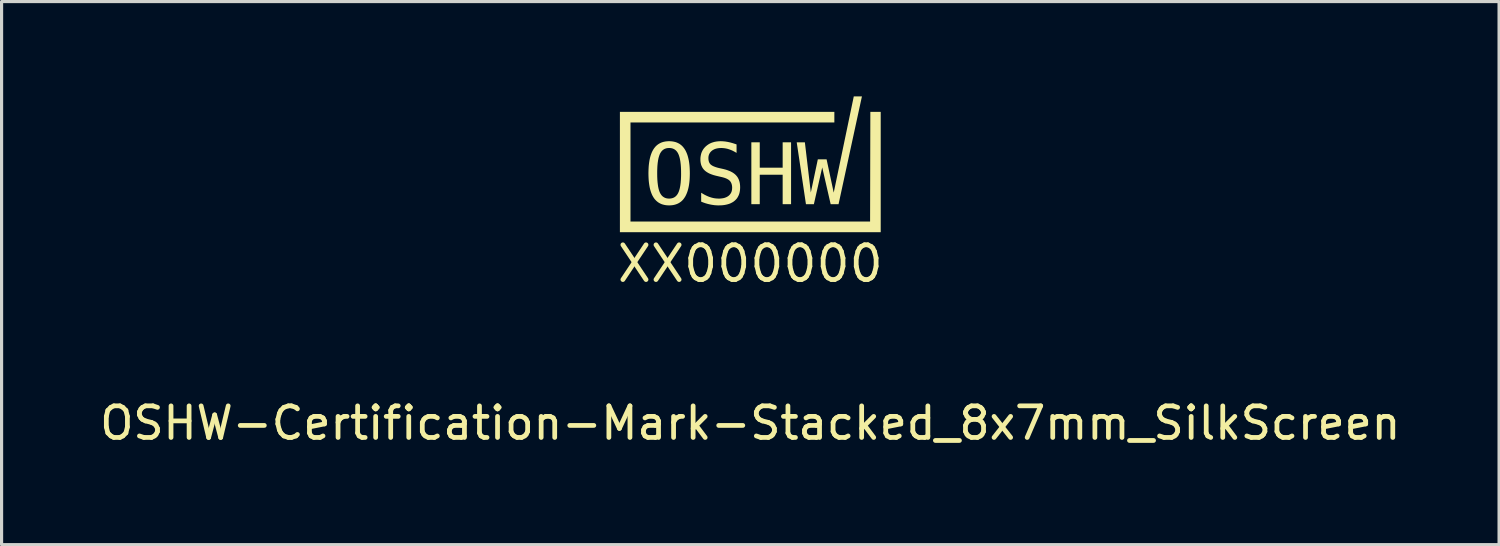
<source format=kicad_pcb>
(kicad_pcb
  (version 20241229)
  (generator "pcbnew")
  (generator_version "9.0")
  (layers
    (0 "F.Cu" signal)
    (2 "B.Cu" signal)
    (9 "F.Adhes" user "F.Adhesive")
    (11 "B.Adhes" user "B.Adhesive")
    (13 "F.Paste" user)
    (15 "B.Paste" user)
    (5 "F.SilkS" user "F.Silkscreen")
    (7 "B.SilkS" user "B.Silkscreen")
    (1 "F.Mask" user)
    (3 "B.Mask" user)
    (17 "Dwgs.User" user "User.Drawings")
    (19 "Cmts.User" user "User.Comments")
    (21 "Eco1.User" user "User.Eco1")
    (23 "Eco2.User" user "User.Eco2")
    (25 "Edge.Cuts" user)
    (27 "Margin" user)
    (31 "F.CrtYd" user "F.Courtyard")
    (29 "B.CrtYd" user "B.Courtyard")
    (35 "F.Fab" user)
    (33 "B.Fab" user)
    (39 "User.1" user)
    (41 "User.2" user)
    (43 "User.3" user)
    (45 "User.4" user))
  (footprint "OSHW-Certification-Mark-Stacked_8x7mm_SilkScreen"
    (layer "F.Cu")
    (at 20.696 2.94)
    (property "Reference" "OSHW-Certification-Mark-Stacked_8x7mm_SilkScreen" (at 0.000231 7.4 0) (unlocked yes) (layer "F.SilkS") (effects (font (size 1 1) (thickness 0.15))))
    (attr board_only exclude_from_pos_files exclude_from_bom allow_missing_courtyard)
    (fp_poly (pts (xy -1.914 -0.505) (xy -1.914 -0.505) (xy -1.914 -0.505)) (stroke (width 0) (type solid)) (fill yes) (layer "F.SilkS"))
    (fp_poly (pts (xy 4.127 1.358) (xy -4.127 1.358) (xy -4.127 -2.45) (xy 2.66 -2.45) (xy 2.66 -2.114) (xy -3.792 -2.114) (xy -3.792 1.022) (xy 3.791 1.022) (xy 3.799 -2.45) (xy 4.127 -2.45)) (stroke (width 0) (type solid)) (fill yes) (layer "F.SilkS"))
    (fp_poly (pts (xy 0.299 -0.683) (xy 1.024 -0.683) (xy 1.024 -1.486) (xy 1.29 -1.486) (xy 1.29 0.472) (xy 1.024 0.472) (xy 1.024 -0.46) (xy 0.299 -0.46) (xy 0.299 0.472) (xy 0.033 0.472) (xy 0.033 -1.486) (xy 0.299 -1.486)) (stroke (width 0) (type solid)) (fill yes) (layer "F.SilkS"))
    (fp_poly (pts (xy 2.793 0.472) (xy 2.543 0.472) (xy 2.276 -0.691) (xy 2.012 0.472) (xy 1.761 0.472) (xy 1.469 -1.486) (xy 1.727 -1.486) (xy 1.915 0.103) (xy 2.137 -0.948) (xy 2.414 -0.948) (xy 2.64 0.106) (xy 3.275 -2.94) (xy 3.533 -2.94)) (stroke (width 0) (type solid)) (fill yes) (layer "F.SilkS"))
    (fp_poly (pts (xy -2.529 -1.52) (xy -2.489 -1.517) (xy -2.451 -1.512) (xy -2.415 -1.505) (xy -2.379 -1.497) (xy -2.345 -1.486) (xy -2.312 -1.473) (xy -2.281 -1.458) (xy -2.25 -1.442) (xy -2.222 -1.423) (xy -2.194 -1.402) (xy -2.168 -1.38) (xy -2.143 -1.355) (xy -2.12 -1.328) (xy -2.098 -1.3) (xy -2.077 -1.269) (xy -2.057 -1.237) (xy -2.039 -1.202) (xy -2.022 -1.166) (xy -2.006 -1.127) (xy -1.991 -1.087) (xy -1.978 -1.044) (xy -1.966 -0.999) (xy -1.955 -0.952) (xy -1.945 -0.904) (xy -1.937 -0.853) (xy -1.93 -0.8) (xy -1.924 -0.745) (xy -1.92 -0.688) (xy -1.917 -0.629) (xy -1.915 -0.568) (xy -1.914 -0.505) (xy -1.915 -0.442) (xy -1.917 -0.381) (xy -1.92 -0.322) (xy -1.924 -0.266) (xy -1.93 -0.211) (xy -1.937 -0.158) (xy -1.945 -0.107) (xy -1.955 -0.059) (xy -1.966 -0.012) (xy -1.978 0.033) (xy -1.991 0.075) (xy -2.006 0.116) (xy -2.022 0.154) (xy -2.039 0.191) (xy -2.057 0.226) (xy -2.077 0.258) (xy -2.087 0.273) (xy -2.098 0.288) (xy -2.108 0.303) (xy -2.12 0.317) (xy -2.131 0.331) (xy -2.143 0.344) (xy -2.155 0.356) (xy -2.168 0.368) (xy -2.181 0.38) (xy -2.194 0.391) (xy -2.208 0.401) (xy -2.222 0.411) (xy -2.236 0.421) (xy -2.25 0.43) (xy -2.265 0.439) (xy -2.281 0.447) (xy -2.296 0.454) (xy -2.312 0.462) (xy -2.328 0.468) (xy -2.345 0.474) (xy -2.362 0.48) (xy -2.379 0.485) (xy -2.397 0.49) (xy -2.415 0.494) (xy -2.433 0.498) (xy -2.451 0.501) (xy -2.489 0.506) (xy -2.529 0.509) (xy -2.57 0.51) (xy -2.611 0.509) (xy -2.65 0.506) (xy -2.688 0.501) (xy -2.725 0.494) (xy -2.76 0.485) (xy -2.795 0.475) (xy -2.827 0.462) (xy -2.859 0.447) (xy -2.889 0.43) (xy -2.918 0.412) (xy -2.945 0.391) (xy -2.971 0.369) (xy -2.996 0.344) (xy -3.02 0.318) (xy -3.042 0.29) (xy -3.063 0.259) (xy -3.082 0.227) (xy -3.101 0.193) (xy -3.118 0.156) (xy -3.133 0.118) (xy -3.148 0.077) (xy -3.161 0.034) (xy -3.173 -0.01) (xy -3.184 -0.057) (xy -3.193 -0.106) (xy -3.201 -0.157) (xy -3.208 -0.21) (xy -3.214 -0.265) (xy -3.218 -0.322) (xy -3.221 -0.381) (xy -3.223 -0.442) (xy -3.224 -0.505) (xy -2.947 -0.505) (xy -2.946 -0.401) (xy -2.942 -0.305) (xy -2.935 -0.217) (xy -2.925 -0.136) (xy -2.92 -0.099) (xy -2.913 -0.063) (xy -2.906 -0.03) (xy -2.898 0.002) (xy -2.889 0.032) (xy -2.88 0.06) (xy -2.87 0.086) (xy -2.86 0.11) (xy -2.848 0.132) (xy -2.842 0.143) (xy -2.835 0.153) (xy -2.829 0.163) (xy -2.822 0.173) (xy -2.815 0.182) (xy -2.808 0.191) (xy -2.801 0.199) (xy -2.793 0.207) (xy -2.785 0.215) (xy -2.777 0.222) (xy -2.769 0.23) (xy -2.76 0.236) (xy -2.751 0.243) (xy -2.742 0.248) (xy -2.733 0.254) (xy -2.724 0.259) (xy -2.714 0.264) (xy -2.705 0.269) (xy -2.694 0.273) (xy -2.684 0.277) (xy -2.674 0.28) (xy -2.663 0.283) (xy -2.652 0.286) (xy -2.641 0.288) (xy -2.63 0.29) (xy -2.618 0.292) (xy -2.606 0.293) (xy -2.594 0.294) (xy -2.57 0.295) (xy -2.545 0.294) (xy -2.521 0.292) (xy -2.498 0.288) (xy -2.476 0.283) (xy -2.455 0.277) (xy -2.434 0.269) (xy -2.415 0.26) (xy -2.396 0.249) (xy -2.379 0.237) (xy -2.362 0.223) (xy -2.346 0.208) (xy -2.331 0.191) (xy -2.317 0.174) (xy -2.304 0.154) (xy -2.291 0.133) (xy -2.28 0.111) (xy -2.269 0.087) (xy -2.259 0.061) (xy -2.25 0.033) (xy -2.241 0.003) (xy -2.233 -0.028) (xy -2.226 -0.062) (xy -2.219 -0.098) (xy -2.213 -0.135) (xy -2.208 -0.175) (xy -2.203 -0.216) (xy -2.2 -0.26) (xy -2.196 -0.305) (xy -2.194 -0.352) (xy -2.192 -0.401) (xy -2.191 -0.452) (xy -2.191 -0.505) (xy -2.192 -0.609) (xy -2.196 -0.705) (xy -2.203 -0.794) (xy -2.213 -0.875) (xy -2.219 -0.912) (xy -2.226 -0.948) (xy -2.233 -0.982) (xy -2.241 -1.013) (xy -2.25 -1.043) (xy -2.259 -1.071) (xy -2.269 -1.097) (xy -2.28 -1.121) (xy -2.291 -1.144) (xy -2.297 -1.154) (xy -2.304 -1.165) (xy -2.31 -1.175) (xy -2.317 -1.184) (xy -2.324 -1.193) (xy -2.331 -1.202) (xy -2.338 -1.211) (xy -2.346 -1.219) (xy -2.354 -1.227) (xy -2.362 -1.234) (xy -2.37 -1.241) (xy -2.379 -1.248) (xy -2.387 -1.254) (xy -2.396 -1.26) (xy -2.406 -1.266) (xy -2.415 -1.271) (xy -2.425 -1.276) (xy -2.434 -1.28) (xy -2.444 -1.284) (xy -2.455 -1.288) (xy -2.465 -1.292) (xy -2.476 -1.295) (xy -2.487 -1.297) (xy -2.498 -1.3) (xy -2.509 -1.302) (xy -2.521 -1.303) (xy -2.533 -1.305) (xy -2.545 -1.305) (xy -2.57 -1.306) (xy -2.594 -1.305) (xy -2.618 -1.303) (xy -2.641 -1.3) (xy -2.663 -1.295) (xy -2.684 -1.288) (xy -2.705 -1.28) (xy -2.724 -1.271) (xy -2.742 -1.26) (xy -2.76 -1.248) (xy -2.777 -1.234) (xy -2.793 -1.219) (xy -2.808 -1.202) (xy -2.822 -1.184) (xy -2.835 -1.165) (xy -2.848 -1.144) (xy -2.86 -1.121) (xy -2.87 -1.097) (xy -2.88 -1.071) (xy -2.889 -1.043) (xy -2.898 -1.013) (xy -2.906 -0.982) (xy -2.913 -0.948) (xy -2.92 -0.912) (xy -2.925 -0.875) (xy -2.931 -0.835) (xy -2.935 -0.794) (xy -2.939 -0.751) (xy -2.942 -0.705) (xy -2.944 -0.658) (xy -2.946 -0.609) (xy -2.947 -0.558) (xy -2.947 -0.505) (xy -3.224 -0.505) (xy -3.224 -0.505) (xy -3.223 -0.568) (xy -3.221 -0.629) (xy -3.218 -0.688) (xy -3.214 -0.745) (xy -3.208 -0.8) (xy -3.201 -0.853) (xy -3.193 -0.904) (xy -3.184 -0.952) (xy -3.173 -0.999) (xy -3.161 -1.044) (xy -3.148 -1.087) (xy -3.133 -1.127) (xy -3.118 -1.166) (xy -3.101 -1.202) (xy -3.082 -1.237) (xy -3.063 -1.269) (xy -3.052 -1.285) (xy -3.042 -1.3) (xy -3.031 -1.314) (xy -3.019 -1.328) (xy -3.008 -1.342) (xy -2.996 -1.355) (xy -2.984 -1.368) (xy -2.971 -1.38) (xy -2.958 -1.391) (xy -2.945 -1.402) (xy -2.931 -1.413) (xy -2.917 -1.423) (xy -2.903 -1.432) (xy -2.888 -1.442) (xy -2.873 -1.45) (xy -2.858 -1.458) (xy -2.843 -1.466) (xy -2.827 -1.473) (xy -2.81 -1.48) (xy -2.794 -1.486) (xy -2.777 -1.491) (xy -2.76 -1.497) (xy -2.742 -1.501) (xy -2.724 -1.505) (xy -2.688 -1.512) (xy -2.65 -1.517) (xy -2.61 -1.52) (xy -2.57 -1.521)) (stroke (width 0) (type solid)) (fill yes) (layer "F.SilkS"))
    (fp_poly (pts (xy -0.906 -1.52) (xy -0.877 -1.519) (xy -0.848 -1.517) (xy -0.819 -1.514) (xy -0.789 -1.511) (xy -0.759 -1.506) (xy -0.728 -1.501) (xy -0.697 -1.495) (xy -0.666 -1.488) (xy -0.634 -1.481) (xy -0.602 -1.472) (xy -0.569 -1.463) (xy -0.536 -1.453) (xy -0.503 -1.442) (xy -0.469 -1.431) (xy -0.435 -1.419) (xy -0.435 -1.15) (xy -0.465 -1.169) (xy -0.495 -1.186) (xy -0.526 -1.202) (xy -0.556 -1.218) (xy -0.586 -1.232) (xy -0.617 -1.244) (xy -0.647 -1.256) (xy -0.677 -1.266) (xy -0.708 -1.276) (xy -0.738 -1.284) (xy -0.768 -1.29) (xy -0.799 -1.296) (xy -0.829 -1.3) (xy -0.86 -1.303) (xy -0.891 -1.305) (xy -0.921 -1.306) (xy -0.944 -1.305) (xy -0.967 -1.304) (xy -0.989 -1.303) (xy -1.01 -1.3) (xy -1.031 -1.297) (xy -1.051 -1.293) (xy -1.07 -1.289) (xy -1.089 -1.284) (xy -1.107 -1.278) (xy -1.125 -1.272) (xy -1.142 -1.264) (xy -1.158 -1.256) (xy -1.174 -1.248) (xy -1.189 -1.239) (xy -1.204 -1.229) (xy -1.218 -1.218) (xy -1.231 -1.207) (xy -1.243 -1.195) (xy -1.255 -1.183) (xy -1.265 -1.171) (xy -1.275 -1.158) (xy -1.284 -1.144) (xy -1.292 -1.13) (xy -1.299 -1.116) (xy -1.306 -1.101) (xy -1.311 -1.086) (xy -1.316 -1.07) (xy -1.32 -1.054) (xy -1.323 -1.037) (xy -1.325 -1.019) (xy -1.326 -1.002) (xy -1.326 -0.983) (xy -1.326 -0.967) (xy -1.325 -0.952) (xy -1.324 -0.937) (xy -1.322 -0.922) (xy -1.319 -0.908) (xy -1.316 -0.895) (xy -1.313 -0.882) (xy -1.309 -0.869) (xy -1.304 -0.857) (xy -1.299 -0.845) (xy -1.293 -0.834) (xy -1.287 -0.823) (xy -1.28 -0.813) (xy -1.272 -0.803) (xy -1.264 -0.794) (xy -1.256 -0.785) (xy -1.246 -0.777) (xy -1.236 -0.769) (xy -1.224 -0.761) (xy -1.212 -0.753) (xy -1.199 -0.745) (xy -1.184 -0.737) (xy -1.169 -0.73) (xy -1.153 -0.723) (xy -1.135 -0.716) (xy -1.117 -0.709) (xy -1.098 -0.702) (xy -1.078 -0.696) (xy -1.057 -0.689) (xy -1.035 -0.683) (xy -1.012 -0.677) (xy -0.988 -0.671) (xy -0.849 -0.64) (xy -0.815 -0.631) (xy -0.783 -0.623) (xy -0.751 -0.613) (xy -0.721 -0.603) (xy -0.692 -0.592) (xy -0.664 -0.581) (xy -0.637 -0.57) (xy -0.611 -0.557) (xy -0.587 -0.544) (xy -0.563 -0.531) (xy -0.541 -0.517) (xy -0.52 -0.502) (xy -0.5 -0.487) (xy -0.482 -0.471) (xy -0.464 -0.455) (xy -0.448 -0.438) (xy -0.433 -0.42) (xy -0.418 -0.402) (xy -0.405 -0.383) (xy -0.393 -0.363) (xy -0.382 -0.342) (xy -0.371 -0.321) (xy -0.362 -0.298) (xy -0.354 -0.275) (xy -0.346 -0.251) (xy -0.34 -0.227) (xy -0.334 -0.201) (xy -0.33 -0.175) (xy -0.327 -0.148) (xy -0.324 -0.121) (xy -0.323 -0.092) (xy -0.322 -0.063) (xy -0.323 -0.028) (xy -0.325 0.005) (xy -0.328 0.037) (xy -0.333 0.068) (xy -0.339 0.099) (xy -0.346 0.128) (xy -0.355 0.156) (xy -0.365 0.183) (xy -0.377 0.209) (xy -0.39 0.234) (xy -0.404 0.259) (xy -0.419 0.282) (xy -0.436 0.304) (xy -0.455 0.324) (xy -0.474 0.344) (xy -0.495 0.363) (xy -0.517 0.381) (xy -0.541 0.398) (xy -0.566 0.413) (xy -0.592 0.427) (xy -0.619 0.441) (xy -0.647 0.453) (xy -0.677 0.464) (xy -0.708 0.473) (xy -0.74 0.482) (xy -0.773 0.489) (xy -0.808 0.496) (xy -0.843 0.501) (xy -0.88 0.505) (xy -0.918 0.508) (xy -0.958 0.509) (xy -0.999 0.51) (xy -1.033 0.51) (xy -1.068 0.508) (xy -1.102 0.506) (xy -1.137 0.503) (xy -1.171 0.498) (xy -1.206 0.493) (xy -1.241 0.487) (xy -1.275 0.48) (xy -1.31 0.472) (xy -1.345 0.464) (xy -1.38 0.454) (xy -1.415 0.444) (xy -1.45 0.432) (xy -1.484 0.42) (xy -1.52 0.406) (xy -1.555 0.392) (xy -1.555 0.11) (xy -1.517 0.133) (xy -1.48 0.155) (xy -1.444 0.175) (xy -1.408 0.193) (xy -1.373 0.21) (xy -1.338 0.225) (xy -1.304 0.239) (xy -1.27 0.25) (xy -1.236 0.261) (xy -1.202 0.27) (xy -1.169 0.278) (xy -1.135 0.284) (xy -1.101 0.289) (xy -1.067 0.292) (xy -1.033 0.294) (xy -0.999 0.295) (xy -0.974 0.295) (xy -0.95 0.294) (xy -0.927 0.292) (xy -0.904 0.289) (xy -0.882 0.286) (xy -0.861 0.283) (xy -0.84 0.278) (xy -0.82 0.273) (xy -0.801 0.267) (xy -0.783 0.26) (xy -0.765 0.253) (xy -0.748 0.245) (xy -0.732 0.236) (xy -0.716 0.227) (xy -0.701 0.217) (xy -0.687 0.206) (xy -0.673 0.194) (xy -0.66 0.182) (xy -0.649 0.169) (xy -0.638 0.156) (xy -0.628 0.142) (xy -0.619 0.128) (xy -0.61 0.113) (xy -0.603 0.098) (xy -0.596 0.082) (xy -0.591 0.065) (xy -0.586 0.048) (xy -0.582 0.03) (xy -0.579 0.012) (xy -0.577 -0.007) (xy -0.576 -0.026) (xy -0.575 -0.046) (xy -0.575 -0.064) (xy -0.576 -0.081) (xy -0.578 -0.098) (xy -0.58 -0.115) (xy -0.583 -0.131) (xy -0.586 -0.146) (xy -0.59 -0.161) (xy -0.594 -0.175) (xy -0.6 -0.189) (xy -0.605 -0.202) (xy -0.612 -0.215) (xy -0.619 -0.227) (xy -0.626 -0.239) (xy -0.634 -0.25) (xy -0.643 -0.26) (xy -0.653 -0.27) (xy -0.662 -0.28) (xy -0.673 -0.289) (xy -0.685 -0.298) (xy -0.698 -0.307) (xy -0.711 -0.315) (xy -0.726 -0.323) (xy -0.741 -0.331) (xy -0.757 -0.339) (xy -0.774 -0.346) (xy -0.792 -0.353) (xy -0.811 -0.36) (xy -0.831 -0.366) (xy -0.851 -0.372) (xy -0.873 -0.378) (xy -0.895 -0.384) (xy -0.919 -0.389) (xy -1.06 -0.422) (xy -1.094 -0.43) (xy -1.126 -0.439) (xy -1.157 -0.447) (xy -1.187 -0.457) (xy -1.216 -0.467) (xy -1.244 -0.477) (xy -1.27 -0.488) (xy -1.296 -0.499) (xy -1.32 -0.511) (xy -1.343 -0.524) (xy -1.365 -0.537) (xy -1.385 -0.55) (xy -1.405 -0.564) (xy -1.423 -0.578) (xy -1.44 -0.593) (xy -1.456 -0.608) (xy -1.471 -0.624) (xy -1.485 -0.641) (xy -1.498 -0.658) (xy -1.51 -0.676) (xy -1.521 -0.694) (xy -1.531 -0.714) (xy -1.54 -0.734) (xy -1.549 -0.754) (xy -1.556 -0.775) (xy -1.562 -0.797) (xy -1.567 -0.82) (xy -1.572 -0.843) (xy -1.575 -0.867) (xy -1.578 -0.892) (xy -1.579 -0.917) (xy -1.579 -0.943) (xy -1.579 -0.975) (xy -1.577 -1.007) (xy -1.573 -1.037) (xy -1.568 -1.067) (xy -1.562 -1.096) (xy -1.555 -1.125) (xy -1.546 -1.152) (xy -1.536 -1.179) (xy -1.524 -1.204) (xy -1.511 -1.229) (xy -1.496 -1.254) (xy -1.481 -1.277) (xy -1.463 -1.3) (xy -1.445 -1.321) (xy -1.425 -1.342) (xy -1.404 -1.362) (xy -1.381 -1.381) (xy -1.358 -1.399) (xy -1.333 -1.416) (xy -1.308 -1.432) (xy -1.282 -1.446) (xy -1.255 -1.459) (xy -1.227 -1.471) (xy -1.198 -1.481) (xy -1.168 -1.49) (xy -1.137 -1.499) (xy -1.106 -1.505) (xy -1.073 -1.511) (xy -1.04 -1.515) (xy -1.006 -1.518) (xy -0.97 -1.52) (xy -0.934 -1.521)) (stroke (width 0) (type solid)) (fill yes) (layer "F.SilkS"))
    (fp_text user "XX000000" (at 0 3 0) (unlocked yes) (layer "F.SilkS") (effects (font (size 1.1 1.1) (thickness 0.15)) (justify bottom))))
  (gr_rect
    (start -3 -3)
    (end 44.393 14.188)
    (stroke (width 0.1) (type default))
    (fill no)
    (layer "Edge.Cuts")))
</source>
